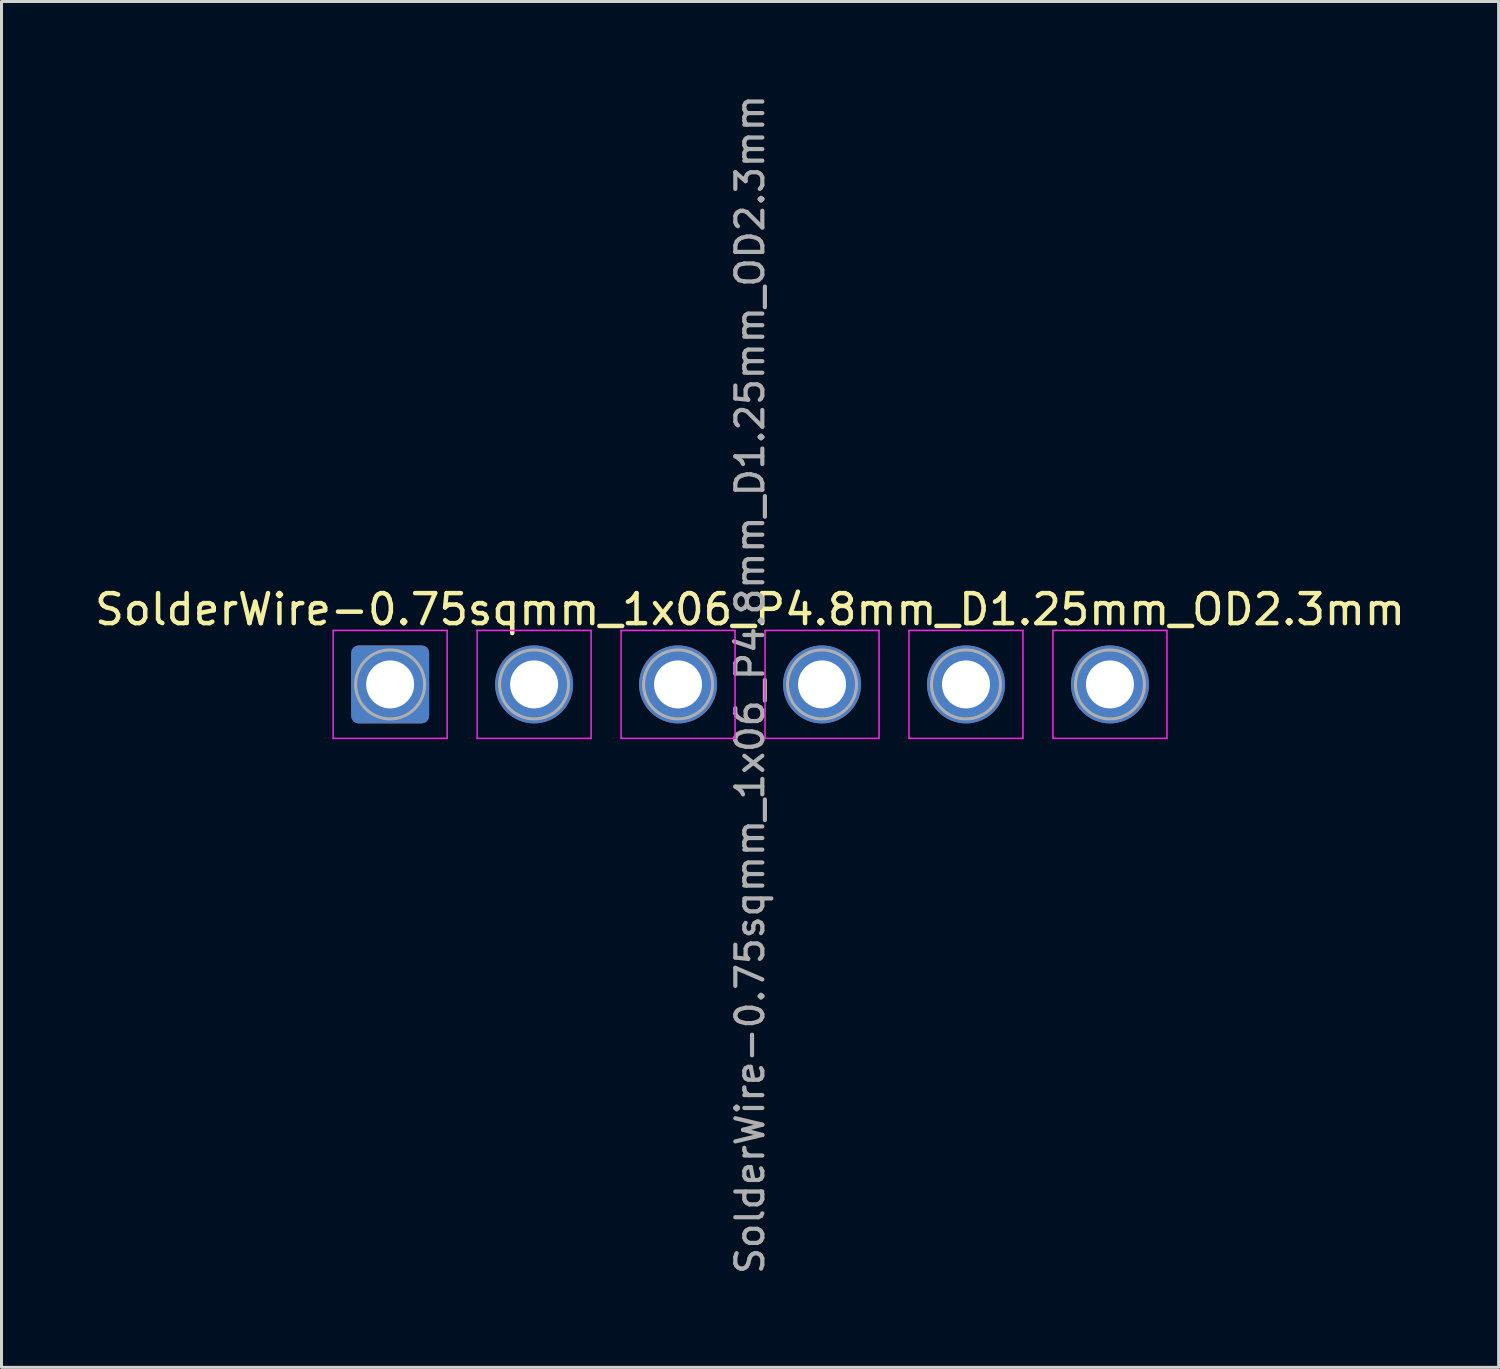
<source format=kicad_pcb>
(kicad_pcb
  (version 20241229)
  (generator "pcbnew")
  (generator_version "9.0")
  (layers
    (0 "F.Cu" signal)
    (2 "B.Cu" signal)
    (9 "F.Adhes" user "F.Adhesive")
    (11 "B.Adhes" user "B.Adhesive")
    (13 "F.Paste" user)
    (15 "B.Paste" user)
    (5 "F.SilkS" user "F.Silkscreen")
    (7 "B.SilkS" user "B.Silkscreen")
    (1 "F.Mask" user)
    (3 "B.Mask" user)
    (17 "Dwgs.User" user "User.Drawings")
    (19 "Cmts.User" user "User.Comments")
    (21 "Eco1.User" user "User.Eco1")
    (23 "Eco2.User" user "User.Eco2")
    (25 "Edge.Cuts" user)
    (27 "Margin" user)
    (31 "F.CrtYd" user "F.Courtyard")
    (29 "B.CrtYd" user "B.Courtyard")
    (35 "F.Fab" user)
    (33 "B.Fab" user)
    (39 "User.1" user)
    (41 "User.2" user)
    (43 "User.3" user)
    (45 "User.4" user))
  (footprint "SolderWire-0.75sqmm_1x06_P4.8mm_D1.25mm_OD2.3mm"
    (layer "F.Cu")
    (at 9.958 19.77)
    (property "Reference" "SolderWire-0.75sqmm_1x06_P4.8mm_D1.25mm_OD2.3mm" (at 12 -2.5 0) (layer "F.SilkS") (effects (font (size 1 1) (thickness 0.15))))
    (attr exclude_from_pos_files exclude_from_bom)
    (fp_line (start -1.9 -1.8) (end -1.9 1.8) (stroke (width 0.05) (type solid)) (layer "F.CrtYd"))
    (fp_line (start -1.9 1.8) (end 1.9 1.8) (stroke (width 0.05) (type solid)) (layer "F.CrtYd"))
    (fp_line (start 1.9 -1.8) (end -1.9 -1.8) (stroke (width 0.05) (type solid)) (layer "F.CrtYd"))
    (fp_line (start 1.9 1.8) (end 1.9 -1.8) (stroke (width 0.05) (type solid)) (layer "F.CrtYd"))
    (fp_line (start 2.9 -1.8) (end 2.9 1.8) (stroke (width 0.05) (type solid)) (layer "F.CrtYd"))
    (fp_line (start 2.9 1.8) (end 6.7 1.8) (stroke (width 0.05) (type solid)) (layer "F.CrtYd"))
    (fp_line (start 6.7 -1.8) (end 2.9 -1.8) (stroke (width 0.05) (type solid)) (layer "F.CrtYd"))
    (fp_line (start 6.7 1.8) (end 6.7 -1.8) (stroke (width 0.05) (type solid)) (layer "F.CrtYd"))
    (fp_line (start 7.7 -1.8) (end 7.7 1.8) (stroke (width 0.05) (type solid)) (layer "F.CrtYd"))
    (fp_line (start 7.7 1.8) (end 11.5 1.8) (stroke (width 0.05) (type solid)) (layer "F.CrtYd"))
    (fp_line (start 11.5 -1.8) (end 7.7 -1.8) (stroke (width 0.05) (type solid)) (layer "F.CrtYd"))
    (fp_line (start 11.5 1.8) (end 11.5 -1.8) (stroke (width 0.05) (type solid)) (layer "F.CrtYd"))
    (fp_line (start 12.5 -1.8) (end 12.5 1.8) (stroke (width 0.05) (type solid)) (layer "F.CrtYd"))
    (fp_line (start 12.5 1.8) (end 16.3 1.8) (stroke (width 0.05) (type solid)) (layer "F.CrtYd"))
    (fp_line (start 16.3 -1.8) (end 12.5 -1.8) (stroke (width 0.05) (type solid)) (layer "F.CrtYd"))
    (fp_line (start 16.3 1.8) (end 16.3 -1.8) (stroke (width 0.05) (type solid)) (layer "F.CrtYd"))
    (fp_line (start 17.3 -1.8) (end 17.3 1.8) (stroke (width 0.05) (type solid)) (layer "F.CrtYd"))
    (fp_line (start 17.3 1.8) (end 21.1 1.8) (stroke (width 0.05) (type solid)) (layer "F.CrtYd"))
    (fp_line (start 21.1 -1.8) (end 17.3 -1.8) (stroke (width 0.05) (type solid)) (layer "F.CrtYd"))
    (fp_line (start 21.1 1.8) (end 21.1 -1.8) (stroke (width 0.05) (type solid)) (layer "F.CrtYd"))
    (fp_line (start 22.1 -1.8) (end 22.1 1.8) (stroke (width 0.05) (type solid)) (layer "F.CrtYd"))
    (fp_line (start 22.1 1.8) (end 25.9 1.8) (stroke (width 0.05) (type solid)) (layer "F.CrtYd"))
    (fp_line (start 25.9 -1.8) (end 22.1 -1.8) (stroke (width 0.05) (type solid)) (layer "F.CrtYd"))
    (fp_line (start 25.9 1.8) (end 25.9 -1.8) (stroke (width 0.05) (type solid)) (layer "F.CrtYd"))
    (fp_circle (center 0 0) (end 1.15 0) (stroke (width 0.1) (type solid)) (fill no) (layer "F.Fab"))
    (fp_circle (center 4.8 0) (end 5.95 0) (stroke (width 0.1) (type solid)) (fill no) (layer "F.Fab"))
    (fp_circle (center 9.6 0) (end 10.75 0) (stroke (width 0.1) (type solid)) (fill no) (layer "F.Fab"))
    (fp_circle (center 14.4 0) (end 15.55 0) (stroke (width 0.1) (type solid)) (fill no) (layer "F.Fab"))
    (fp_circle (center 19.2 0) (end 20.35 0) (stroke (width 0.1) (type solid)) (fill no) (layer "F.Fab"))
    (fp_circle (center 24 0) (end 25.15 0) (stroke (width 0.1) (type solid)) (fill no) (layer "F.Fab"))
    (fp_text user "${REFERENCE}" (at 12 0 90) (layer "F.Fab") (effects (font (size 0.9 0.9) (thickness 0.14))))
    (pad "1" thru_hole roundrect (at 0 0) (size 2.6 2.6) (drill 1.6) (layers "*.Cu" "*.Mask") (roundrect_rratio 0.096))
    (pad "2" thru_hole circle (at 4.8 0) (size 2.6 2.6) (drill 1.6) (layers "*.Cu" "*.Mask"))
    (pad "3" thru_hole circle (at 9.6 0) (size 2.6 2.6) (drill 1.6) (layers "*.Cu" "*.Mask"))
    (pad "4" thru_hole circle (at 14.4 0) (size 2.6 2.6) (drill 1.6) (layers "*.Cu" "*.Mask"))
    (pad "5" thru_hole circle (at 19.2 0) (size 2.6 2.6) (drill 1.6) (layers "*.Cu" "*.Mask"))
    (pad "6" thru_hole circle (at 24 0) (size 2.6 2.6) (drill 1.6) (layers "*.Cu" "*.Mask")))
  (gr_rect
    (start -3 -3)
    (end 46.917 42.54)
    (stroke (width 0.1) (type default))
    (fill no)
    (layer "Edge.Cuts")))
</source>
